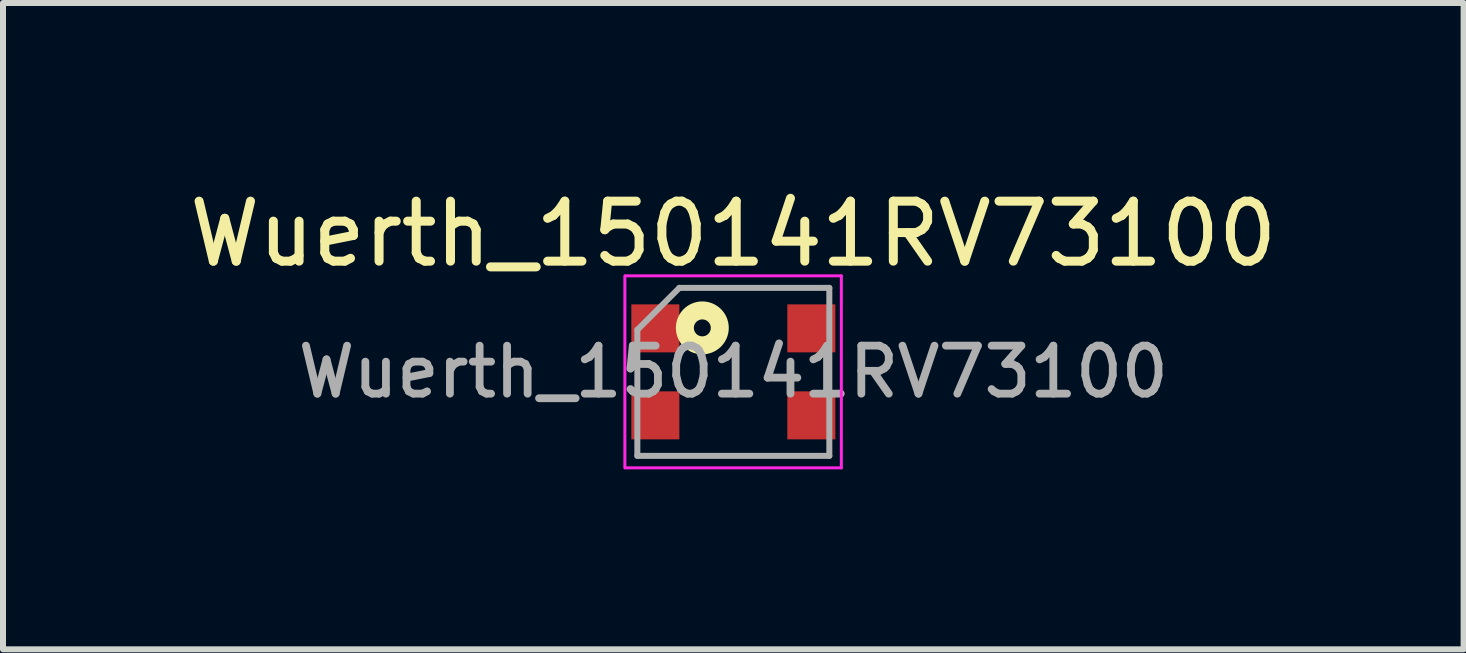
<source format=kicad_pcb>
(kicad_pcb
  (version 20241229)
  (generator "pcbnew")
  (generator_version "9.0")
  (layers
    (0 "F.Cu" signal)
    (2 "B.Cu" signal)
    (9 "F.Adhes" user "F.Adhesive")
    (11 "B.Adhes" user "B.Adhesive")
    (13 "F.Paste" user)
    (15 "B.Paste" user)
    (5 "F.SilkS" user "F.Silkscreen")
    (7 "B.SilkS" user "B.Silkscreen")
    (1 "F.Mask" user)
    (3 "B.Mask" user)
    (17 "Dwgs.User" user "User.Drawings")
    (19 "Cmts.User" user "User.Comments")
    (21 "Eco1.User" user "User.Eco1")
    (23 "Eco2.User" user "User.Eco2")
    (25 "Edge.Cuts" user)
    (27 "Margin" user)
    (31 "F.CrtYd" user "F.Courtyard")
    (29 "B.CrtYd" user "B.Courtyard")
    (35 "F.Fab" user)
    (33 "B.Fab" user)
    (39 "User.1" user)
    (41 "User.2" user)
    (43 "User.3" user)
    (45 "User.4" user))
  (footprint "Wuerth_150141RV73100"
    (layer "F.Cu")
    (at 9.173 3.148)
    (property "Reference" "Wuerth_150141RV73100" (at 0 -2.3 0) (layer "F.SilkS") (effects (font (size 1 1) (thickness 0.15))))
    (attr smd)
    (fp_circle (center -0.517 -0.733) (end -0.376 -0.733) (stroke (width 0.3) (type solid)) (fill no) (layer "F.SilkS"))
    (fp_line (start -1.808 -1.6) (end -1.808 1.6) (stroke (width 0.05) (type solid)) (layer "F.CrtYd"))
    (fp_line (start -1.8 -1.6) (end 1.8 -1.6) (stroke (width 0.05) (type solid)) (layer "F.CrtYd"))
    (fp_line (start -1.8 1.6) (end 1.8 1.6) (stroke (width 0.05) (type solid)) (layer "F.CrtYd"))
    (fp_line (start 1.8 -1.6) (end 1.8 1.6) (stroke (width 0.05) (type solid)) (layer "F.CrtYd"))
    (fp_line (start -1.6 1.4) (end -1.6 -0.7) (stroke (width 0.1) (type solid)) (layer "F.Fab"))
    (fp_line (start -0.9 -1.4) (end -1.6 -0.7) (stroke (width 0.1) (type solid)) (layer "F.Fab"))
    (fp_line (start -0.9 -1.4) (end 1.6 -1.4) (stroke (width 0.1) (type solid)) (layer "F.Fab"))
    (fp_line (start 1.6 -1.4) (end 1.6 1.4) (stroke (width 0.1) (type solid)) (layer "F.Fab"))
    (fp_line (start 1.6 1.4) (end -1.6 1.4) (stroke (width 0.1) (type solid)) (layer "F.Fab"))
    (fp_text user "${REFERENCE}" (at 0 0 0) (layer "F.Fab") (effects (font (size 0.8 0.8) (thickness 0.13))))
    (pad "1" smd rect (at 1.3 -0.725) (size 0.8 0.8) (layers "F.Cu" "F.Mask" "F.Paste"))
    (pad "2" smd rect (at 1.3 0.725) (size 0.8 0.8) (layers "F.Cu" "F.Mask" "F.Paste"))
    (pad "3" smd rect (at -1.3 -0.725) (size 0.8 0.8) (layers "F.Cu" "F.Mask" "F.Paste"))
    (pad "4" smd rect (at -1.3 0.725) (size 0.8 0.8) (layers "F.Cu" "F.Mask" "F.Paste")))
  (gr_rect
    (start -3 -3)
    (end 21.345 7.773)
    (stroke (width 0.1) (type default))
    (fill no)
    (layer "Edge.Cuts")))
</source>
